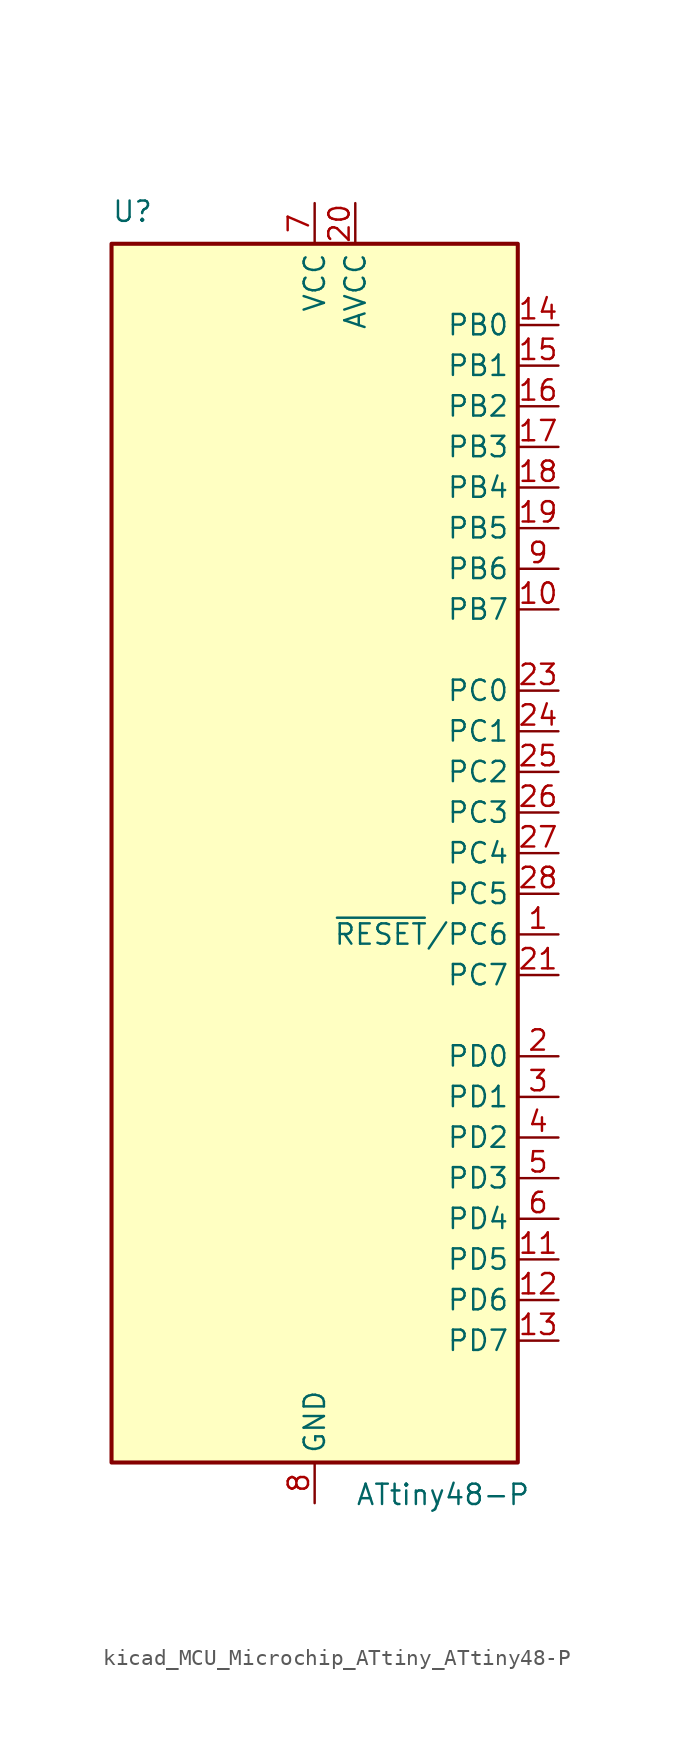
<source format=kicad_sym>
(kicad_symbol_lib
  (version 20220914)
  (generator kicad_symbol_editor)
  (symbol "kicad_MCU_Microchip_ATtiny_ATtiny48-P"
    (property "Reference" "U"
      (at -12.7 39.37 0)
      (effects (font (size 1.27 1.27)) (justify left bottom)))
    (property "Value" "ATtiny48-P"
      (at 2.54 -39.37 0)
      (effects (font (size 1.27 1.27)) (justify left top)))
    (symbol "kicad_MCU_Microchip_ATtiny_ATtiny48-P_0_1"
      (rectangle (start -12.7 -38.1) (end 12.7 38.1) (stroke (width 0.254) (type default)) (fill (type background))))
    (symbol "kicad_MCU_Microchip_ATtiny_ATtiny48-P_1_1"
      (pin bidirectional line (at 15.24 -5.08 180) (length 2.54) (name "~{RESET}/PC6" (effects (font (size 1.27 1.27)))) (number "1" (effects (font (size 1.27 1.27)))))
      (pin bidirectional line (at 15.24 15.24 180) (length 2.54) (name "PB7" (effects (font (size 1.27 1.27)))) (number "10" (effects (font (size 1.27 1.27)))))
      (pin bidirectional line (at 15.24 -25.4 180) (length 2.54) (name "PD5" (effects (font (size 1.27 1.27)))) (number "11" (effects (font (size 1.27 1.27)))))
      (pin bidirectional line (at 15.24 -27.94 180) (length 2.54) (name "PD6" (effects (font (size 1.27 1.27)))) (number "12" (effects (font (size 1.27 1.27)))))
      (pin bidirectional line (at 15.24 -30.48 180) (length 2.54) (name "PD7" (effects (font (size 1.27 1.27)))) (number "13" (effects (font (size 1.27 1.27)))))
      (pin bidirectional line (at 15.24 33.02 180) (length 2.54) (name "PB0" (effects (font (size 1.27 1.27)))) (number "14" (effects (font (size 1.27 1.27)))))
      (pin bidirectional line (at 15.24 30.48 180) (length 2.54) (name "PB1" (effects (font (size 1.27 1.27)))) (number "15" (effects (font (size 1.27 1.27)))))
      (pin bidirectional line (at 15.24 27.94 180) (length 2.54) (name "PB2" (effects (font (size 1.27 1.27)))) (number "16" (effects (font (size 1.27 1.27)))))
      (pin bidirectional line (at 15.24 25.4 180) (length 2.54) (name "PB3" (effects (font (size 1.27 1.27)))) (number "17" (effects (font (size 1.27 1.27)))))
      (pin bidirectional line (at 15.24 22.86 180) (length 2.54) (name "PB4" (effects (font (size 1.27 1.27)))) (number "18" (effects (font (size 1.27 1.27)))))
      (pin bidirectional line (at 15.24 20.32 180) (length 2.54) (name "PB5" (effects (font (size 1.27 1.27)))) (number "19" (effects (font (size 1.27 1.27)))))
      (pin bidirectional line (at 15.24 -12.7 180) (length 2.54) (name "PD0" (effects (font (size 1.27 1.27)))) (number "2" (effects (font (size 1.27 1.27)))))
      (pin power_in line (at 2.54 40.64 270) (length 2.54) (name "AVCC" (effects (font (size 1.27 1.27)))) (number "20" (effects (font (size 1.27 1.27)))))
      (pin bidirectional line (at 15.24 -7.62 180) (length 2.54) (name "PC7" (effects (font (size 1.27 1.27)))) (number "21" (effects (font (size 1.27 1.27)))))
      (pin passive line (at 0 -40.64 90) (length 2.54) hide (name "GND" (effects (font (size 1.27 1.27)))) (number "22" (effects (font (size 1.27 1.27)))))
      (pin bidirectional line (at 15.24 10.16 180) (length 2.54) (name "PC0" (effects (font (size 1.27 1.27)))) (number "23" (effects (font (size 1.27 1.27)))))
      (pin bidirectional line (at 15.24 7.62 180) (length 2.54) (name "PC1" (effects (font (size 1.27 1.27)))) (number "24" (effects (font (size 1.27 1.27)))))
      (pin bidirectional line (at 15.24 5.08 180) (length 2.54) (name "PC2" (effects (font (size 1.27 1.27)))) (number "25" (effects (font (size 1.27 1.27)))))
      (pin bidirectional line (at 15.24 2.54 180) (length 2.54) (name "PC3" (effects (font (size 1.27 1.27)))) (number "26" (effects (font (size 1.27 1.27)))))
      (pin bidirectional line (at 15.24 0 180) (length 2.54) (name "PC4" (effects (font (size 1.27 1.27)))) (number "27" (effects (font (size 1.27 1.27)))))
      (pin bidirectional line (at 15.24 -2.54 180) (length 2.54) (name "PC5" (effects (font (size 1.27 1.27)))) (number "28" (effects (font (size 1.27 1.27)))))
      (pin bidirectional line (at 15.24 -15.24 180) (length 2.54) (name "PD1" (effects (font (size 1.27 1.27)))) (number "3" (effects (font (size 1.27 1.27)))))
      (pin bidirectional line (at 15.24 -17.78 180) (length 2.54) (name "PD2" (effects (font (size 1.27 1.27)))) (number "4" (effects (font (size 1.27 1.27)))))
      (pin bidirectional line (at 15.24 -20.32 180) (length 2.54) (name "PD3" (effects (font (size 1.27 1.27)))) (number "5" (effects (font (size 1.27 1.27)))))
      (pin bidirectional line (at 15.24 -22.86 180) (length 2.54) (name "PD4" (effects (font (size 1.27 1.27)))) (number "6" (effects (font (size 1.27 1.27)))))
      (pin power_in line (at 0 40.64 270) (length 2.54) (name "VCC" (effects (font (size 1.27 1.27)))) (number "7" (effects (font (size 1.27 1.27)))))
      (pin power_in line (at 0 -40.64 90) (length 2.54) (name "GND" (effects (font (size 1.27 1.27)))) (number "8" (effects (font (size 1.27 1.27)))))
      (pin bidirectional line (at 15.24 17.78 180) (length 2.54) (name "PB6" (effects (font (size 1.27 1.27)))) (number "9" (effects (font (size 1.27 1.27))))))))
</source>
